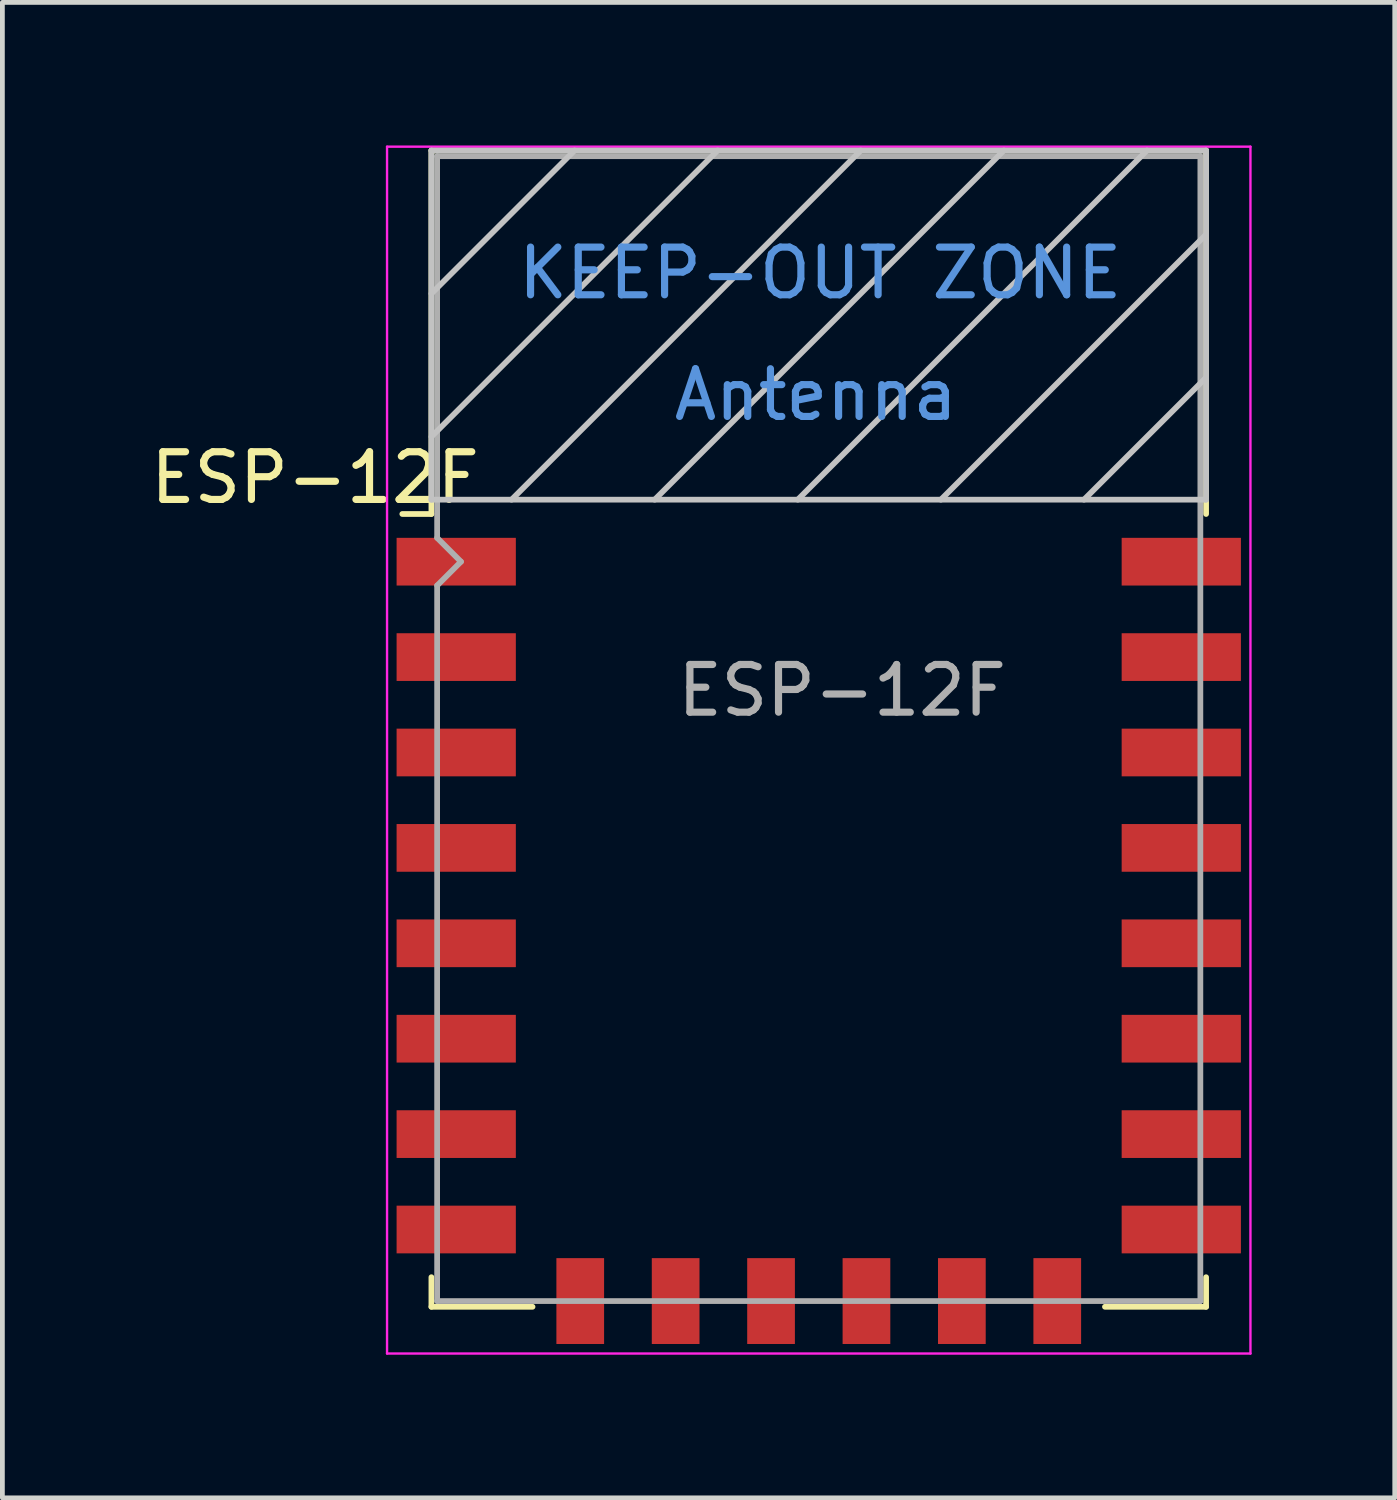
<source format=kicad_pcb>
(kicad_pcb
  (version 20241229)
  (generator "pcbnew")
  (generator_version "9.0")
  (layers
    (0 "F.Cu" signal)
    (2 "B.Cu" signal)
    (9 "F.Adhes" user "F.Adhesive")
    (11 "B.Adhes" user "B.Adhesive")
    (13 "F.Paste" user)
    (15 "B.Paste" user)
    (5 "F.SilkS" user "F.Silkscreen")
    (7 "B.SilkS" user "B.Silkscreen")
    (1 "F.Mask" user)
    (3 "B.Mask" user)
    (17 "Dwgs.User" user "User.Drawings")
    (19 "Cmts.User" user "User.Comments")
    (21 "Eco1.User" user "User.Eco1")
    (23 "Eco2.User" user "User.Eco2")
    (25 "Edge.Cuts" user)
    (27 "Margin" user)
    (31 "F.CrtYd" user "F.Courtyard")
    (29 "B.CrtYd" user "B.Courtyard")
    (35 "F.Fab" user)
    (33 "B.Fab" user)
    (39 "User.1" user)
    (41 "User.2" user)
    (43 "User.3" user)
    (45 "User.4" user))
  (footprint "ESP-12F"
    (layer "F.Cu")
    (at 14.114 12.225)
    (property "Reference" "ESP-12F" (at -10.56 -5.26 0) (layer "F.SilkS") (effects (font (size 1 1) (thickness 0.15))))
    (attr smd)
    (fp_line (start -8.12 -12.12) (end 8.12 -12.12) (stroke (width 0.12) (type solid)) (layer "F.SilkS"))
    (fp_line (start -8.12 -4.5) (end -8.73 -4.5) (stroke (width 0.12) (type solid)) (layer "F.SilkS"))
    (fp_line (start -8.12 -4.5) (end -8.12 -12.12) (stroke (width 0.12) (type solid)) (layer "F.SilkS"))
    (fp_line (start -8.12 12.12) (end -8.12 11.5) (stroke (width 0.12) (type solid)) (layer "F.SilkS"))
    (fp_line (start -6 12.12) (end -8.12 12.12) (stroke (width 0.12) (type solid)) (layer "F.SilkS"))
    (fp_line (start 8.12 -12.12) (end 8.12 -4.5) (stroke (width 0.12) (type solid)) (layer "F.SilkS"))
    (fp_line (start 8.12 11.5) (end 8.12 12.12) (stroke (width 0.12) (type solid)) (layer "F.SilkS"))
    (fp_line (start 8.12 12.12) (end 6 12.12) (stroke (width 0.12) (type solid)) (layer "F.SilkS"))
    (fp_line (start -8.12 -12.12) (end 8.12 -12.12) (stroke (width 0.12) (type solid)) (layer "Dwgs.User"))
    (fp_line (start -8.12 -9.12) (end -5.12 -12.12) (stroke (width 0.12) (type solid)) (layer "Dwgs.User"))
    (fp_line (start -8.12 -6.12) (end -2.12 -12.12) (stroke (width 0.12) (type solid)) (layer "Dwgs.User"))
    (fp_line (start -8.12 -4.8) (end -8.12 -12.12) (stroke (width 0.12) (type solid)) (layer "Dwgs.User"))
    (fp_line (start -6.44 -4.8) (end 0.88 -12.12) (stroke (width 0.12) (type solid)) (layer "Dwgs.User"))
    (fp_line (start -3.44 -4.8) (end 3.88 -12.12) (stroke (width 0.12) (type solid)) (layer "Dwgs.User"))
    (fp_line (start -0.44 -4.8) (end 6.88 -12.12) (stroke (width 0.12) (type solid)) (layer "Dwgs.User"))
    (fp_line (start 2.56 -4.8) (end 8.12 -10.36) (stroke (width 0.12) (type solid)) (layer "Dwgs.User"))
    (fp_line (start 5.56 -4.8) (end 8.12 -7.36) (stroke (width 0.12) (type solid)) (layer "Dwgs.User"))
    (fp_line (start 8.12 -12.12) (end 8.12 -4.8) (stroke (width 0.12) (type solid)) (layer "Dwgs.User"))
    (fp_line (start 8.12 -4.8) (end -8.12 -4.8) (stroke (width 0.12) (type solid)) (layer "Dwgs.User"))
    (fp_line (start -9.05 -12.2) (end 9.05 -12.2) (stroke (width 0.05) (type solid)) (layer "F.CrtYd"))
    (fp_line (start -9.05 13.1) (end -9.05 -12.2) (stroke (width 0.05) (type solid)) (layer "F.CrtYd"))
    (fp_line (start 9.05 -12.2) (end 9.05 13.1) (stroke (width 0.05) (type solid)) (layer "F.CrtYd"))
    (fp_line (start 9.05 13.1) (end -9.05 13.1) (stroke (width 0.05) (type solid)) (layer "F.CrtYd"))
    (fp_line (start -8 -12) (end 8 -12) (stroke (width 0.12) (type solid)) (layer "F.Fab"))
    (fp_line (start -8 -4) (end -8 -12) (stroke (width 0.12) (type solid)) (layer "F.Fab"))
    (fp_line (start -8 -3) (end -7.5 -3.5) (stroke (width 0.12) (type solid)) (layer "F.Fab"))
    (fp_line (start -8 12) (end -8 -3) (stroke (width 0.12) (type solid)) (layer "F.Fab"))
    (fp_line (start -7.5 -3.5) (end -8 -4) (stroke (width 0.12) (type solid)) (layer "F.Fab"))
    (fp_line (start 8 -12) (end 8 12) (stroke (width 0.12) (type solid)) (layer "F.Fab"))
    (fp_line (start 8 12) (end -8 12) (stroke (width 0.12) (type solid)) (layer "F.Fab"))
    (fp_text user "Antenna" (at -0.06 -7 180) (layer "Cmts.User") (effects (font (size 1 1) (thickness 0.15))))
    (fp_text user "KEEP-OUT ZONE" (at 0.03 -9.55 180) (layer "Cmts.User") (effects (font (size 1 1) (thickness 0.15))))
    (fp_text user "${REFERENCE}" (at 0.49 -0.8 0) (layer "F.Fab") (effects (font (size 1 1) (thickness 0.15))))
    (pad "1" smd rect (at -7.6 -3.5) (size 2.5 1) (layers "F.Cu" "F.Mask" "F.Paste"))
    (pad "2" smd rect (at -7.6 -1.5) (size 2.5 1) (layers "F.Cu" "F.Mask" "F.Paste"))
    (pad "3" smd rect (at -7.6 0.5) (size 2.5 1) (layers "F.Cu" "F.Mask" "F.Paste"))
    (pad "4" smd rect (at -7.6 2.5) (size 2.5 1) (layers "F.Cu" "F.Mask" "F.Paste"))
    (pad "5" smd rect (at -7.6 4.5) (size 2.5 1) (layers "F.Cu" "F.Mask" "F.Paste"))
    (pad "6" smd rect (at -7.6 6.5) (size 2.5 1) (layers "F.Cu" "F.Mask" "F.Paste"))
    (pad "7" smd rect (at -7.6 8.5) (size 2.5 1) (layers "F.Cu" "F.Mask" "F.Paste"))
    (pad "8" smd rect (at -7.6 10.5) (size 2.5 1) (layers "F.Cu" "F.Mask" "F.Paste"))
    (pad "9" smd rect (at -5 12) (size 1 1.8) (layers "F.Cu" "F.Mask" "F.Paste"))
    (pad "10" smd rect (at -3 12) (size 1 1.8) (layers "F.Cu" "F.Mask" "F.Paste"))
    (pad "11" smd rect (at -1 12) (size 1 1.8) (layers "F.Cu" "F.Mask" "F.Paste"))
    (pad "12" smd rect (at 1 12) (size 1 1.8) (layers "F.Cu" "F.Mask" "F.Paste"))
    (pad "13" smd rect (at 3 12) (size 1 1.8) (layers "F.Cu" "F.Mask" "F.Paste"))
    (pad "14" smd rect (at 5 12) (size 1 1.8) (layers "F.Cu" "F.Mask" "F.Paste"))
    (pad "15" smd rect (at 7.6 10.5) (size 2.5 1) (layers "F.Cu" "F.Mask" "F.Paste"))
    (pad "16" smd rect (at 7.6 8.5) (size 2.5 1) (layers "F.Cu" "F.Mask" "F.Paste"))
    (pad "17" smd rect (at 7.6 6.5) (size 2.5 1) (layers "F.Cu" "F.Mask" "F.Paste"))
    (pad "18" smd rect (at 7.6 4.5) (size 2.5 1) (layers "F.Cu" "F.Mask" "F.Paste"))
    (pad "19" smd rect (at 7.6 2.5) (size 2.5 1) (layers "F.Cu" "F.Mask" "F.Paste"))
    (pad "20" smd rect (at 7.6 0.5) (size 2.5 1) (layers "F.Cu" "F.Mask" "F.Paste"))
    (pad "21" smd rect (at 7.6 -1.5) (size 2.5 1) (layers "F.Cu" "F.Mask" "F.Paste"))
    (pad "22" smd rect (at 7.6 -3.5) (size 2.5 1) (layers "F.Cu" "F.Mask" "F.Paste")))
  (gr_rect
    (start -3 -3)
    (end 26.189 28.35)
    (stroke (width 0.1) (type default))
    (fill no)
    (layer "Edge.Cuts")))
</source>
